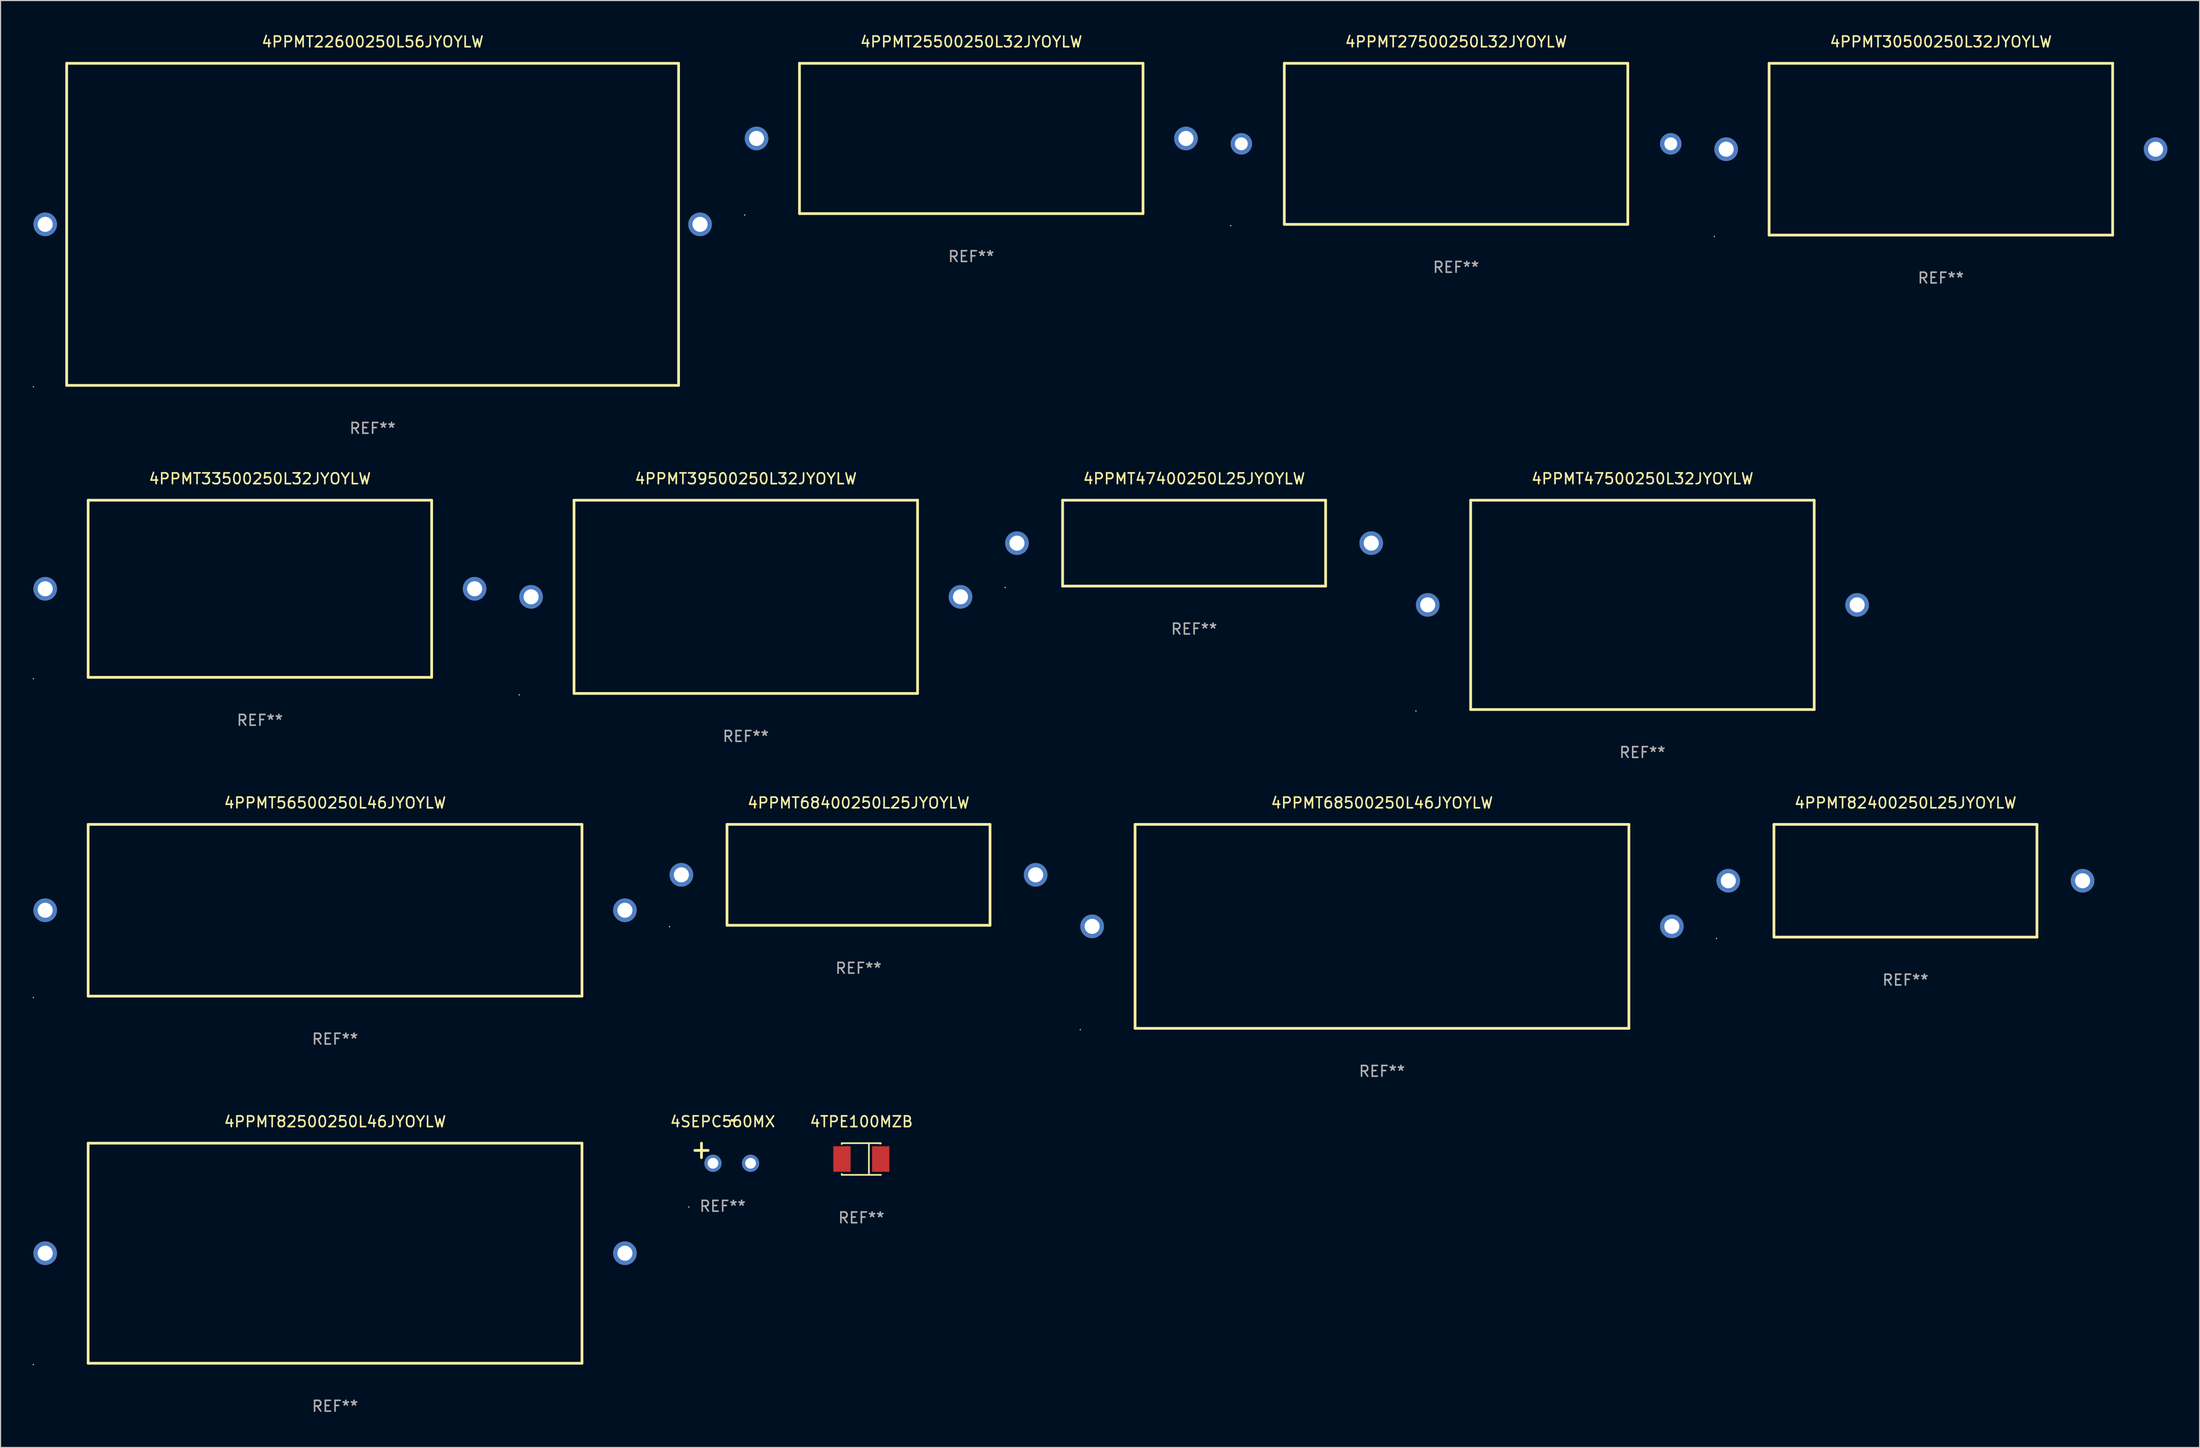
<source format=kicad_pcb>
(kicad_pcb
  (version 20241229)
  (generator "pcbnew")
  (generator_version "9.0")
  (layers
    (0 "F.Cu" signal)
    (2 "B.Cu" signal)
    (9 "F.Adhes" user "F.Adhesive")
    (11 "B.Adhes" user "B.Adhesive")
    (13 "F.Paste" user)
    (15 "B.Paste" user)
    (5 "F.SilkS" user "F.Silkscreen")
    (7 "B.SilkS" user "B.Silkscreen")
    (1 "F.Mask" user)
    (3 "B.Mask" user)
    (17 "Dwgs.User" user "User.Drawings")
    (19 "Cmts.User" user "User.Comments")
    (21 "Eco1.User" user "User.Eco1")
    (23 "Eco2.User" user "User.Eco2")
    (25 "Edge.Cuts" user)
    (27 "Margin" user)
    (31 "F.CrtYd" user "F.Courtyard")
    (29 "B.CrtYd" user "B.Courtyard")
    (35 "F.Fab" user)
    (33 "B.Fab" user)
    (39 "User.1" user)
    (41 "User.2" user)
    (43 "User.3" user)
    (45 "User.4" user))
  (footprint "4PPMT39500250L32JYOYLW"
    (layer "F.Cu")
    (at 66.42 52.545)
    (property "Reference" "4PPMT39500250L32JYOYLW" (at 0 -11 0) (layer "F.SilkS") (effects (font (size 1 1) (thickness 0.15))))
    (attr through_hole)
    (fp_line (start -16 -9) (end 16 -9) (stroke (width 0.254) (type solid)) (layer "F.SilkS"))
    (fp_line (start -16 9) (end -16 -9) (stroke (width 0.254) (type solid)) (layer "F.SilkS"))
    (fp_line (start 16 -9) (end 16 9) (stroke (width 0.254) (type solid)) (layer "F.SilkS"))
    (fp_line (start 16 9) (end -16 9) (stroke (width 0.254) (type solid)) (layer "F.SilkS"))
    (fp_circle (center -21.1 9.127) (end -21.07 9.127) (stroke (width 0.06) (type solid)) (fill no) (layer "F.SilkS"))
    (fp_text user "REF**" (at 0 13 0) (layer "F.Fab") (effects (font (size 1 1) (thickness 0.15))))
    (pad "1" thru_hole circle (at -20 0) (size 2.2 2.2) (drill 1.4) (layers "*.Cu" "*.Mask"))
    (pad "2" thru_hole circle (at 20 0) (size 2.2 2.2) (drill 1.4) (layers "*.Cu" "*.Mask")))
  (footprint "4PPMT47400250L25JYOYLW"
    (layer "F.Cu")
    (at 108.18 47.545)
    (property "Reference" "4PPMT47400250L25JYOYLW" (at 0 -6 0) (layer "F.SilkS") (effects (font (size 1 1) (thickness 0.15))))
    (attr through_hole)
    (fp_line (start -12.25 -4) (end 12.25 -4) (stroke (width 0.254) (type solid)) (layer "F.SilkS"))
    (fp_line (start -12.25 4) (end -12.25 -4) (stroke (width 0.254) (type solid)) (layer "F.SilkS"))
    (fp_line (start 12.25 -4) (end 12.25 4) (stroke (width 0.254) (type solid)) (layer "F.SilkS"))
    (fp_line (start 12.25 4) (end -12.25 4) (stroke (width 0.254) (type solid)) (layer "F.SilkS"))
    (fp_circle (center -17.6 4.127) (end -17.57 4.127) (stroke (width 0.06) (type solid)) (fill no) (layer "F.SilkS"))
    (fp_text user "REF**" (at 0 8 0) (layer "F.Fab") (effects (font (size 1 1) (thickness 0.15))))
    (pad "1" thru_hole circle (at -16.5 0) (size 2.2 2.2) (drill 1.4) (layers "*.Cu" "*.Mask"))
    (pad "2" thru_hole circle (at 16.5 0) (size 2.2 2.2) (drill 1.4) (layers "*.Cu" "*.Mask")))
  (footprint "4PPMT33500250L32JYOYLW"
    (layer "F.Cu")
    (at 21.16 51.795)
    (property "Reference" "4PPMT33500250L32JYOYLW" (at 0 -10.25 0) (layer "F.SilkS") (effects (font (size 1 1) (thickness 0.15))))
    (attr through_hole)
    (fp_line (start -16 -8.25) (end 16 -8.25) (stroke (width 0.254) (type solid)) (layer "F.SilkS"))
    (fp_line (start -16 8.25) (end -16 -8.25) (stroke (width 0.254) (type solid)) (layer "F.SilkS"))
    (fp_line (start 16 -8.25) (end 16 8.25) (stroke (width 0.254) (type solid)) (layer "F.SilkS"))
    (fp_line (start 16 8.25) (end -16 8.25) (stroke (width 0.254) (type solid)) (layer "F.SilkS"))
    (fp_circle (center -21.1 8.377) (end -21.07 8.377) (stroke (width 0.06) (type solid)) (fill no) (layer "F.SilkS"))
    (fp_text user "REF**" (at 0 12.25 0) (layer "F.Fab") (effects (font (size 1 1) (thickness 0.15))))
    (pad "1" thru_hole circle (at -20 -0.000013) (size 2.2 2.2) (drill 1.4) (layers "*.Cu" "*.Mask"))
    (pad "2" thru_hole circle (at 20 -0.000013) (size 2.2 2.2) (drill 1.4) (layers "*.Cu" "*.Mask")))
  (footprint "4PPMT68500250L46JYOYLW"
    (layer "F.Cu")
    (at 125.68 83.241)
    (property "Reference" "4PPMT68500250L46JYOYLW" (at 0 -11.5 0) (layer "F.SilkS") (effects (font (size 1 1) (thickness 0.15))))
    (attr through_hole)
    (fp_line (start -23 -9.5) (end 23 -9.5) (stroke (width 0.254) (type solid)) (layer "F.SilkS"))
    (fp_line (start -23 9.5) (end -23 -9.5) (stroke (width 0.254) (type solid)) (layer "F.SilkS"))
    (fp_line (start 23 -9.5) (end 23 9.5) (stroke (width 0.254) (type solid)) (layer "F.SilkS"))
    (fp_line (start 23 9.5) (end -23 9.5) (stroke (width 0.254) (type solid)) (layer "F.SilkS"))
    (fp_circle (center -28.1 9.627) (end -28.07 9.627) (stroke (width 0.06) (type solid)) (fill no) (layer "F.SilkS"))
    (fp_text user "REF**" (at 0 13.5 0) (layer "F.Fab") (effects (font (size 1 1) (thickness 0.15))))
    (pad "1" thru_hole circle (at -27 0) (size 2.2 2.2) (drill 1.4) (layers "*.Cu" "*.Mask"))
    (pad "2" thru_hole circle (at 27 0) (size 2.2 2.2) (drill 1.4) (layers "*.Cu" "*.Mask")))
  (footprint "4PPMT47500250L32JYOYLW"
    (layer "F.Cu")
    (at 149.94 53.295)
    (property "Reference" "4PPMT47500250L32JYOYLW" (at 0 -11.75 0) (layer "F.SilkS") (effects (font (size 1 1) (thickness 0.15))))
    (attr through_hole)
    (fp_line (start -16 -9.75) (end 16 -9.75) (stroke (width 0.254) (type solid)) (layer "F.SilkS"))
    (fp_line (start -16 9.75) (end -16 -9.75) (stroke (width 0.254) (type solid)) (layer "F.SilkS"))
    (fp_line (start 16 -9.75) (end 16 9.75) (stroke (width 0.254) (type solid)) (layer "F.SilkS"))
    (fp_line (start 16 9.75) (end -16 9.75) (stroke (width 0.254) (type solid)) (layer "F.SilkS"))
    (fp_circle (center -21.1 9.877) (end -21.07 9.877) (stroke (width 0.06) (type solid)) (fill no) (layer "F.SilkS"))
    (fp_text user "REF**" (at 0 13.75 0) (layer "F.Fab") (effects (font (size 1 1) (thickness 0.15))))
    (pad "1" thru_hole circle (at -20 -0.000013) (size 2.2 2.2) (drill 1.4) (layers "*.Cu" "*.Mask"))
    (pad "2" thru_hole circle (at 20 -0.000013) (size 2.2 2.2) (drill 1.4) (layers "*.Cu" "*.Mask")))
  (footprint "4PPMT27500250L32JYOYLW"
    (layer "F.Cu")
    (at 132.58 10.348)
    (property "Reference" "4PPMT27500250L32JYOYLW" (at 0 -9.5 0) (layer "F.SilkS") (effects (font (size 1 1) (thickness 0.15))))
    (attr through_hole)
    (fp_line (start -16 -7.5) (end 16 -7.5) (stroke (width 0.254) (type solid)) (layer "F.SilkS"))
    (fp_line (start -16 7.5) (end -16 -7.5) (stroke (width 0.254) (type solid)) (layer "F.SilkS"))
    (fp_line (start 16 -7.5) (end 16 7.5) (stroke (width 0.254) (type solid)) (layer "F.SilkS"))
    (fp_line (start 16 7.5) (end -16 7.5) (stroke (width 0.254) (type solid)) (layer "F.SilkS"))
    (fp_circle (center -21 7.627) (end -20.97 7.627) (stroke (width 0.06) (type solid)) (fill no) (layer "F.SilkS"))
    (fp_text user "REF**" (at 0 11.5 0) (layer "F.Fab") (effects (font (size 1 1) (thickness 0.15))))
    (pad "1" thru_hole circle (at -20 0) (size 2 2) (drill 1.2) (layers "*.Cu" "*.Mask"))
    (pad "2" thru_hole circle (at 20 0) (size 2 2) (drill 1.2) (layers "*.Cu" "*.Mask")))
  (footprint "4PPMT68400250L25JYOYLW"
    (layer "F.Cu")
    (at 76.92 78.441)
    (property "Reference" "4PPMT68400250L25JYOYLW" (at 0 -6.7 0) (layer "F.SilkS") (effects (font (size 1 1) (thickness 0.15))))
    (attr through_hole)
    (fp_line (start -12.25 -4.699) (end 11.148 -4.699) (stroke (width 0.254) (type solid)) (layer "F.SilkS"))
    (fp_line (start -12.25 4.7) (end -12.25 -4.7) (stroke (width 0.254) (type solid)) (layer "F.SilkS"))
    (fp_line (start 11.148 -4.699) (end 12.25 -4.699) (stroke (width 0.254) (type solid)) (layer "F.SilkS"))
    (fp_line (start 12.25 -4.7) (end 12.25 4.7) (stroke (width 0.254) (type solid)) (layer "F.SilkS"))
    (fp_line (start 12.25 4.7) (end -12.25 4.7) (stroke (width 0.254) (type solid)) (layer "F.SilkS"))
    (fp_circle (center -17.6 4.827) (end -17.57 4.827) (stroke (width 0.06) (type solid)) (fill no) (layer "F.SilkS"))
    (fp_text user "REF**" (at 0 8.7 0) (layer "F.Fab") (effects (font (size 1 1) (thickness 0.15))))
    (pad "1" thru_hole circle (at -16.5 0) (size 2.2 2.2) (drill 1.4) (layers "*.Cu" "*.Mask"))
    (pad "2" thru_hole circle (at 16.5 0) (size 2.2 2.2) (drill 1.4) (layers "*.Cu" "*.Mask")))
  (footprint "4TPE100MZB"
    (layer "F.Cu")
    (at 77.183 104.914)
    (property "Reference" "4TPE100MZB" (at 0 -3.476 0) (layer "F.SilkS") (effects (font (size 1 1) (thickness 0.15))))
    (attr through_hole)
    (fp_line (start -1.826 -1.476) (end -1.826 -1.391) (stroke (width 0.152) (type solid)) (layer "F.SilkS"))
    (fp_line (start -1.826 -1.476) (end 1.826 -1.476) (stroke (width 0.152) (type solid)) (layer "F.SilkS"))
    (fp_line (start -1.826 1.476) (end -1.826 1.391) (stroke (width 0.152) (type solid)) (layer "F.SilkS"))
    (fp_line (start -1.826 1.476) (end 1.826 1.476) (stroke (width 0.152) (type solid)) (layer "F.SilkS"))
    (fp_line (start 0.704 -1.476) (end 0.704 1.476) (stroke (width 0.152) (type solid)) (layer "F.SilkS"))
    (fp_circle (center 1.75 -1.4) (end 1.78 -1.4) (stroke (width 0.06) (type solid)) (fill no) (layer "F.SilkS"))
    (fp_text user "REF**" (at 0 5.476 0) (layer "F.Fab") (effects (font (size 1 1) (thickness 0.15))))
    (pad "1" smd rect (at 1.804 0) (size 1.607 2.376) (layers "F.Cu" "F.Mask" "F.Paste"))
    (pad "2" smd rect (at -1.804 0) (size 1.607 2.376) (layers "F.Cu" "F.Mask" "F.Paste")))
  (footprint "4PPMT82400250L25JYOYLW"
    (layer "F.Cu")
    (at 174.44 78.991)
    (property "Reference" "4PPMT82400250L25JYOYLW" (at 0 -7.25 0) (layer "F.SilkS") (effects (font (size 1 1) (thickness 0.15))))
    (attr through_hole)
    (fp_line (start -12.25 -5.25) (end 12.25 -5.25) (stroke (width 0.254) (type solid)) (layer "F.SilkS"))
    (fp_line (start -12.25 5.25) (end -12.25 -5.25) (stroke (width 0.254) (type solid)) (layer "F.SilkS"))
    (fp_line (start 12.25 -5.25) (end 12.25 5.25) (stroke (width 0.254) (type solid)) (layer "F.SilkS"))
    (fp_line (start 12.25 5.25) (end -12.25 5.25) (stroke (width 0.254) (type solid)) (layer "F.SilkS"))
    (fp_circle (center -17.6 5.377) (end -17.57 5.377) (stroke (width 0.06) (type solid)) (fill no) (layer "F.SilkS"))
    (fp_text user "REF**" (at 0 9.25 0) (layer "F.Fab") (effects (font (size 1 1) (thickness 0.15))))
    (pad "1" thru_hole circle (at -16.5 -0.000013) (size 2.2 2.2) (drill 1.4) (layers "*.Cu" "*.Mask"))
    (pad "2" thru_hole circle (at 16.5 -0.000013) (size 2.2 2.2) (drill 1.4) (layers "*.Cu" "*.Mask")))
  (footprint "4SEPC560MX"
    (layer "F.Cu")
    (at 64.266 104.374)
    (property "Reference" "4SEPC560MX" (at 0 -2.937 0) (layer "F.SilkS") (effects (font (size 1 1) (thickness 0.15))))
    (attr through_hole)
    (fp_line (start -1.975 0.41) (end -1.975 -0.937) (stroke (width 0.254) (type solid)) (layer "F.SilkS"))
    (fp_line (start -1.353 -0.263) (end -2.597 -0.263) (stroke (width 0.254) (type solid)) (layer "F.SilkS"))
    (fp_arc (start 0.849809 -3.063957) (mid 0.885369 -3.064114) (end 0.920929 -3.063957) (stroke (width 0.254001) (type solid)) (layer "F.SilkS"))
    (fp_circle (center -3.154 5.008) (end -3.124 5.008) (stroke (width 0.06) (type solid)) (fill no) (layer "F.SilkS"))
    (fp_text user "REF**" (at 0 4.937 0) (layer "F.Fab") (effects (font (size 1 1) (thickness 0.15))))
    (pad "1" thru_hole circle (at -0.903 0.937) (size 1.6 1.6) (drill 1) (layers "*.Cu" "*.Mask"))
    (pad "2" thru_hole circle (at 2.597 0.937) (size 1.6 1.6) (drill 1) (layers "*.Cu" "*.Mask")))
  (footprint "4PPMT82500250L46JYOYLW"
    (layer "F.Cu")
    (at 28.16 113.688)
    (property "Reference" "4PPMT82500250L46JYOYLW" (at 0 -12.25 0) (layer "F.SilkS") (effects (font (size 1 1) (thickness 0.15))))
    (attr through_hole)
    (fp_line (start -23 -10.25) (end 23 -10.25) (stroke (width 0.254) (type solid)) (layer "F.SilkS"))
    (fp_line (start -23 10.25) (end -23 -10.25) (stroke (width 0.254) (type solid)) (layer "F.SilkS"))
    (fp_line (start 23 -10.25) (end 23 10.25) (stroke (width 0.254) (type solid)) (layer "F.SilkS"))
    (fp_line (start 23 10.25) (end -23 10.25) (stroke (width 0.254) (type solid)) (layer "F.SilkS"))
    (fp_circle (center -28.1 10.377) (end -28.07 10.377) (stroke (width 0.06) (type solid)) (fill no) (layer "F.SilkS"))
    (fp_text user "REF**" (at 0 14.25 0) (layer "F.Fab") (effects (font (size 1 1) (thickness 0.15))))
    (pad "1" thru_hole circle (at -27 -0.000013) (size 2.2 2.2) (drill 1.4) (layers "*.Cu" "*.Mask"))
    (pad "2" thru_hole circle (at 27 -0.000013) (size 2.2 2.2) (drill 1.4) (layers "*.Cu" "*.Mask")))
  (footprint "4PPMT30500250L32JYOYLW"
    (layer "F.Cu")
    (at 177.74 10.848)
    (property "Reference" "4PPMT30500250L32JYOYLW" (at 0 -10 0) (layer "F.SilkS") (effects (font (size 1 1) (thickness 0.15))))
    (attr through_hole)
    (fp_line (start -16 -8) (end 16 -8) (stroke (width 0.254) (type solid)) (layer "F.SilkS"))
    (fp_line (start -16 8) (end -16 -8) (stroke (width 0.254) (type solid)) (layer "F.SilkS"))
    (fp_line (start 16 -8) (end 16 8) (stroke (width 0.254) (type solid)) (layer "F.SilkS"))
    (fp_line (start 16 8) (end -16 8) (stroke (width 0.254) (type solid)) (layer "F.SilkS"))
    (fp_circle (center -21.1 8.127) (end -21.07 8.127) (stroke (width 0.06) (type solid)) (fill no) (layer "F.SilkS"))
    (fp_text user "REF**" (at 0 12 0) (layer "F.Fab") (effects (font (size 1 1) (thickness 0.15))))
    (pad "1" thru_hole circle (at -20 0) (size 2.2 2.2) (drill 1.4) (layers "*.Cu" "*.Mask"))
    (pad "2" thru_hole circle (at 20 0) (size 2.2 2.2) (drill 1.4) (layers "*.Cu" "*.Mask")))
  (footprint "4PPMT25500250L32JYOYLW"
    (layer "F.Cu")
    (at 87.42 9.848)
    (property "Reference" "4PPMT25500250L32JYOYLW" (at 0 -9 0) (layer "F.SilkS") (effects (font (size 1 1) (thickness 0.15))))
    (attr through_hole)
    (fp_line (start -16 -7) (end 16 -7) (stroke (width 0.254) (type solid)) (layer "F.SilkS"))
    (fp_line (start -16 7) (end -16 -7) (stroke (width 0.254) (type solid)) (layer "F.SilkS"))
    (fp_line (start 16 -7) (end 16 7) (stroke (width 0.254) (type solid)) (layer "F.SilkS"))
    (fp_line (start 16 7) (end -16 7) (stroke (width 0.254) (type solid)) (layer "F.SilkS"))
    (fp_circle (center -21.1 7.127) (end -21.07 7.127) (stroke (width 0.06) (type solid)) (fill no) (layer "F.SilkS"))
    (fp_text user "REF**" (at 0 11 0) (layer "F.Fab") (effects (font (size 1 1) (thickness 0.15))))
    (pad "1" thru_hole circle (at -20 0) (size 2.2 2.2) (drill 1.4) (layers "*.Cu" "*.Mask"))
    (pad "2" thru_hole circle (at 20 0) (size 2.2 2.2) (drill 1.4) (layers "*.Cu" "*.Mask")))
  (footprint "4PPMT22600250L56JYOYLW"
    (layer "F.Cu")
    (at 31.66 17.848)
    (property "Reference" "4PPMT22600250L56JYOYLW" (at 0 -17 0) (layer "F.SilkS") (effects (font (size 1 1) (thickness 0.15))))
    (attr through_hole)
    (fp_line (start -28.5 15) (end -28.5 -15) (stroke (width 0.254) (type solid)) (layer "F.SilkS"))
    (fp_line (start -28.5 -15) (end 28.5 -15) (stroke (width 0.254) (type solid)) (layer "F.SilkS"))
    (fp_line (start 28.5 -15) (end 28.5 15) (stroke (width 0.254) (type solid)) (layer "F.SilkS"))
    (fp_line (start 28.5 15) (end -28.5 15) (stroke (width 0.254) (type solid)) (layer "F.SilkS"))
    (fp_circle (center -31.6 15.127) (end -31.57 15.127) (stroke (width 0.06) (type solid)) (fill no) (layer "F.SilkS"))
    (fp_text user "REF**" (at 0 19 0) (layer "F.Fab") (effects (font (size 1 1) (thickness 0.15))))
    (pad "1" thru_hole circle (at -30.5 0) (size 2.2 2.2) (drill 1.4) (layers "*.Cu" "*.Mask"))
    (pad "2" thru_hole circle (at 30.5 0) (size 2.2 2.2) (drill 1.4) (layers "*.Cu" "*.Mask")))
  (footprint "4PPMT56500250L46JYOYLW"
    (layer "F.Cu")
    (at 28.16 81.741)
    (property "Reference" "4PPMT56500250L46JYOYLW" (at 0 -10 0) (layer "F.SilkS") (effects (font (size 1 1) (thickness 0.15))))
    (attr through_hole)
    (fp_line (start -23 -8) (end 23 -8) (stroke (width 0.254) (type solid)) (layer "F.SilkS"))
    (fp_line (start -23 8) (end -23 -8) (stroke (width 0.254) (type solid)) (layer "F.SilkS"))
    (fp_line (start 23 -8) (end 23 8) (stroke (width 0.254) (type solid)) (layer "F.SilkS"))
    (fp_line (start 23 8) (end -23 8) (stroke (width 0.254) (type solid)) (layer "F.SilkS"))
    (fp_circle (center -28.1 8.127) (end -28.07 8.127) (stroke (width 0.06) (type solid)) (fill no) (layer "F.SilkS"))
    (fp_text user "REF**" (at 0 12 0) (layer "F.Fab") (effects (font (size 1 1) (thickness 0.15))))
    (pad "1" thru_hole circle (at -27 0) (size 2.2 2.2) (drill 1.4) (layers "*.Cu" "*.Mask"))
    (pad "2" thru_hole circle (at 27 0) (size 2.2 2.2) (drill 1.4) (layers "*.Cu" "*.Mask")))
  (gr_rect
    (start -3 -3)
    (end 201.84 131.786)
    (stroke (width 0.1) (type default))
    (fill no)
    (layer "Edge.Cuts")))
</source>
